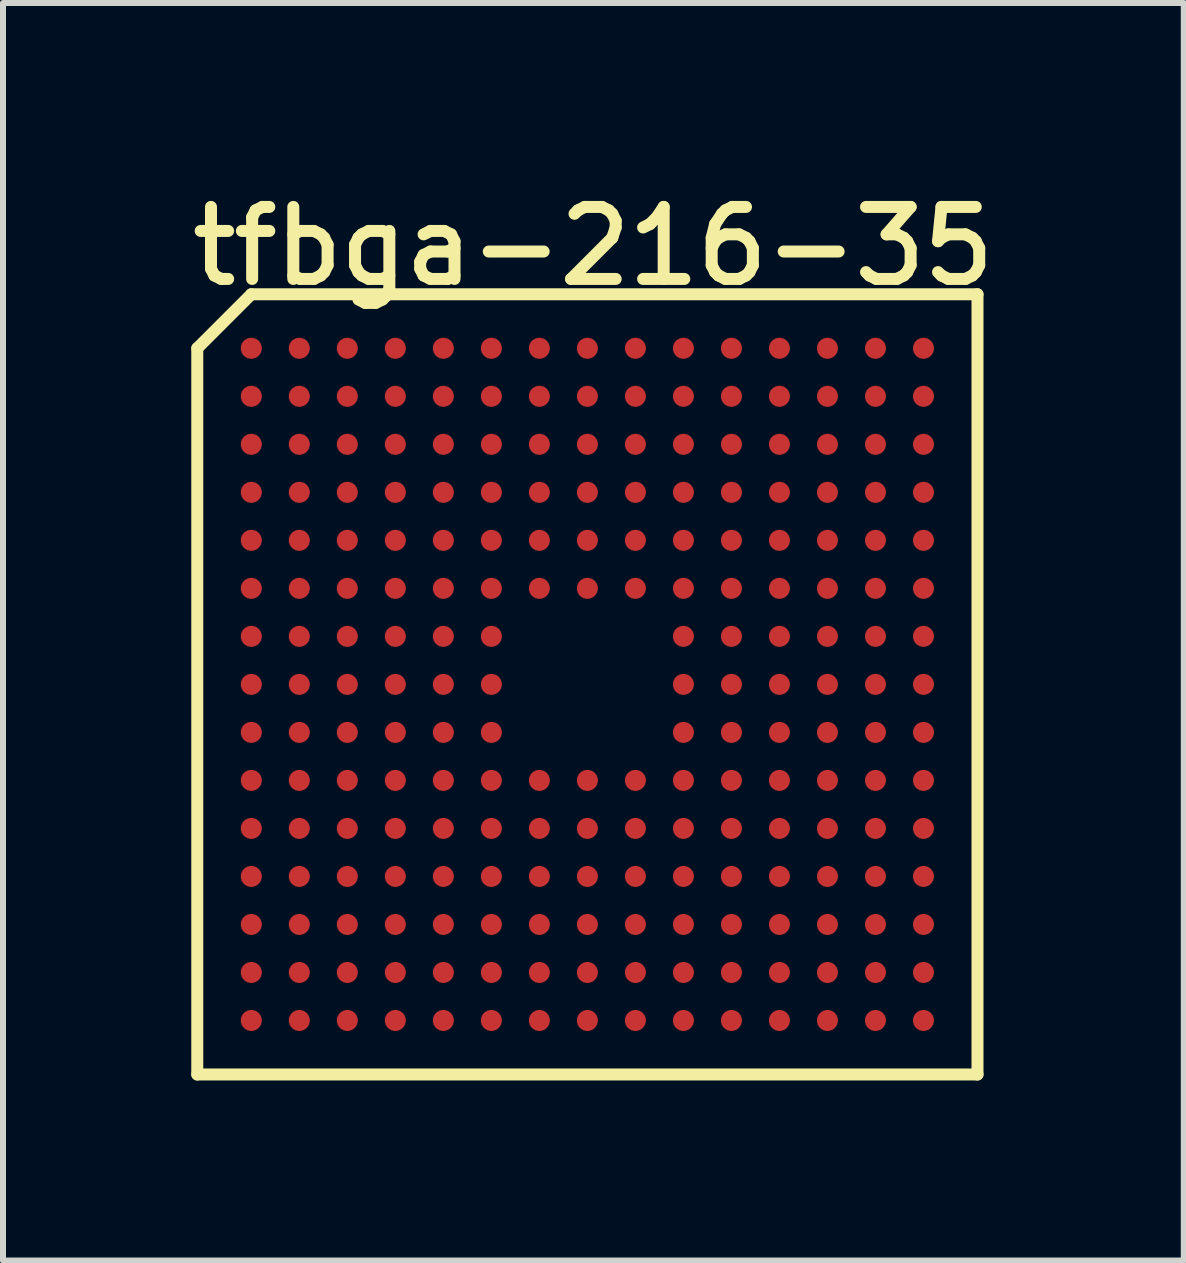
<source format=kicad_pcb>
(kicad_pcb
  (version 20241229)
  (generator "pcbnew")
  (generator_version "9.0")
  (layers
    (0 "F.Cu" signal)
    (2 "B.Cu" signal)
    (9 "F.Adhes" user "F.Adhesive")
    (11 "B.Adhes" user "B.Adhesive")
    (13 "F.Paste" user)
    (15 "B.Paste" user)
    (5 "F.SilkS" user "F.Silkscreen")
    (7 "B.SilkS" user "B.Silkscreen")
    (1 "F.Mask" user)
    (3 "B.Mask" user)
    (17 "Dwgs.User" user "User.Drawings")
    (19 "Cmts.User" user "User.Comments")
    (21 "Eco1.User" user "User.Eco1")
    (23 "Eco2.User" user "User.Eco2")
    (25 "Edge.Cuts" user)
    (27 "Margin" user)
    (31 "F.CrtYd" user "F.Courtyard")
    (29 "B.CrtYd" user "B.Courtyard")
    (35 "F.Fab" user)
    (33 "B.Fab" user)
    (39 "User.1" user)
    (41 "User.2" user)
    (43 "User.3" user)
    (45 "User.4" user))
  (footprint "tfbga-216-35"
    (layer "F.Cu")
    (at 6.737 8.353)
    (property "Reference" "tfbga-216-35" (at 0.1 -7.3 0) (layer "F.SilkS") (effects (font (size 1.2 1.2) (thickness 0.2))))
    (attr through_hole)
    (fp_line (start -6.5 -5.6) (end -6.5 6.5) (stroke (width 0.2) (type solid)) (layer "F.SilkS"))
    (fp_line (start -6.5 6.5) (end 6.5 6.5) (stroke (width 0.2) (type solid)) (layer "F.SilkS"))
    (fp_line (start -5.6 -6.5) (end -6.5 -5.6) (stroke (width 0.2) (type solid)) (layer "F.SilkS"))
    (fp_line (start 6.5 -6.5) (end -5.6 -6.5) (stroke (width 0.2) (type solid)) (layer "F.SilkS"))
    (fp_line (start 6.5 6.5) (end 6.5 -6.5) (stroke (width 0.2) (type solid)) (layer "F.SilkS"))
    (pad "A1" smd circle (at -5.6 -5.6) (size 0.35 0.35) (layers "F.Cu" "F.Mask" "F.Paste"))
    (pad "A2" smd circle (at -4.8 -5.6) (size 0.35 0.35) (layers "F.Cu" "F.Mask" "F.Paste"))
    (pad "A3" smd circle (at -4 -5.6) (size 0.35 0.35) (layers "F.Cu" "F.Mask" "F.Paste"))
    (pad "A4" smd circle (at -3.2 -5.6) (size 0.35 0.35) (layers "F.Cu" "F.Mask" "F.Paste"))
    (pad "A5" smd circle (at -2.4 -5.6) (size 0.35 0.35) (layers "F.Cu" "F.Mask" "F.Paste"))
    (pad "A6" smd circle (at -1.6 -5.6) (size 0.35 0.35) (layers "F.Cu" "F.Mask" "F.Paste"))
    (pad "A7" smd circle (at -0.8 -5.6) (size 0.35 0.35) (layers "F.Cu" "F.Mask" "F.Paste"))
    (pad "A8" smd circle (at 0 -5.6) (size 0.35 0.35) (layers "F.Cu" "F.Mask" "F.Paste"))
    (pad "A9" smd circle (at 0.8 -5.6) (size 0.35 0.35) (layers "F.Cu" "F.Mask" "F.Paste"))
    (pad "A10" smd circle (at 1.6 -5.6) (size 0.35 0.35) (layers "F.Cu" "F.Mask" "F.Paste"))
    (pad "A11" smd circle (at 2.4 -5.6) (size 0.35 0.35) (layers "F.Cu" "F.Mask" "F.Paste"))
    (pad "A12" smd circle (at 3.2 -5.6) (size 0.35 0.35) (layers "F.Cu" "F.Mask" "F.Paste"))
    (pad "A13" smd circle (at 4 -5.6) (size 0.35 0.35) (layers "F.Cu" "F.Mask" "F.Paste"))
    (pad "A14" smd circle (at 4.8 -5.6) (size 0.35 0.35) (layers "F.Cu" "F.Mask" "F.Paste"))
    (pad "A15" smd circle (at 5.6 -5.6) (size 0.35 0.35) (layers "F.Cu" "F.Mask" "F.Paste"))
    (pad "B1" smd circle (at -5.6 -4.8) (size 0.35 0.35) (layers "F.Cu" "F.Mask" "F.Paste"))
    (pad "B2" smd circle (at -4.8 -4.8) (size 0.35 0.35) (layers "F.Cu" "F.Mask" "F.Paste"))
    (pad "B3" smd circle (at -4 -4.8) (size 0.35 0.35) (layers "F.Cu" "F.Mask" "F.Paste"))
    (pad "B4" smd circle (at -3.2 -4.8) (size 0.35 0.35) (layers "F.Cu" "F.Mask" "F.Paste"))
    (pad "B5" smd circle (at -2.4 -4.8) (size 0.35 0.35) (layers "F.Cu" "F.Mask" "F.Paste"))
    (pad "B6" smd circle (at -1.6 -4.8) (size 0.35 0.35) (layers "F.Cu" "F.Mask" "F.Paste"))
    (pad "B7" smd circle (at -0.8 -4.8) (size 0.35 0.35) (layers "F.Cu" "F.Mask" "F.Paste"))
    (pad "B8" smd circle (at 0 -4.8) (size 0.35 0.35) (layers "F.Cu" "F.Mask" "F.Paste"))
    (pad "B9" smd circle (at 0.8 -4.8) (size 0.35 0.35) (layers "F.Cu" "F.Mask" "F.Paste"))
    (pad "B10" smd circle (at 1.6 -4.8) (size 0.35 0.35) (layers "F.Cu" "F.Mask" "F.Paste"))
    (pad "B11" smd circle (at 2.4 -4.8) (size 0.35 0.35) (layers "F.Cu" "F.Mask" "F.Paste"))
    (pad "B12" smd circle (at 3.2 -4.8) (size 0.35 0.35) (layers "F.Cu" "F.Mask" "F.Paste"))
    (pad "B13" smd circle (at 4 -4.8) (size 0.35 0.35) (layers "F.Cu" "F.Mask" "F.Paste"))
    (pad "B14" smd circle (at 4.8 -4.8) (size 0.35 0.35) (layers "F.Cu" "F.Mask" "F.Paste"))
    (pad "B15" smd circle (at 5.6 -4.8) (size 0.35 0.35) (layers "F.Cu" "F.Mask" "F.Paste"))
    (pad "C1" smd circle (at -5.6 -4) (size 0.35 0.35) (layers "F.Cu" "F.Mask" "F.Paste"))
    (pad "C2" smd circle (at -4.8 -4) (size 0.35 0.35) (layers "F.Cu" "F.Mask" "F.Paste"))
    (pad "C3" smd circle (at -4 -4) (size 0.35 0.35) (layers "F.Cu" "F.Mask" "F.Paste"))
    (pad "C4" smd circle (at -3.2 -4) (size 0.35 0.35) (layers "F.Cu" "F.Mask" "F.Paste"))
    (pad "C5" smd circle (at -2.4 -4) (size 0.35 0.35) (layers "F.Cu" "F.Mask" "F.Paste"))
    (pad "C6" smd circle (at -1.6 -4) (size 0.35 0.35) (layers "F.Cu" "F.Mask" "F.Paste"))
    (pad "C7" smd circle (at -0.8 -4) (size 0.35 0.35) (layers "F.Cu" "F.Mask" "F.Paste"))
    (pad "C8" smd circle (at 0 -4) (size 0.35 0.35) (layers "F.Cu" "F.Mask" "F.Paste"))
    (pad "C9" smd circle (at 0.8 -4) (size 0.35 0.35) (layers "F.Cu" "F.Mask" "F.Paste"))
    (pad "C10" smd circle (at 1.6 -4) (size 0.35 0.35) (layers "F.Cu" "F.Mask" "F.Paste"))
    (pad "C11" smd circle (at 2.4 -4) (size 0.35 0.35) (layers "F.Cu" "F.Mask" "F.Paste"))
    (pad "C12" smd circle (at 3.2 -4) (size 0.35 0.35) (layers "F.Cu" "F.Mask" "F.Paste"))
    (pad "C13" smd circle (at 4 -4) (size 0.35 0.35) (layers "F.Cu" "F.Mask" "F.Paste"))
    (pad "C14" smd circle (at 4.8 -4) (size 0.35 0.35) (layers "F.Cu" "F.Mask" "F.Paste"))
    (pad "C15" smd circle (at 5.6 -4) (size 0.35 0.35) (layers "F.Cu" "F.Mask" "F.Paste"))
    (pad "D1" smd circle (at -5.6 -3.2) (size 0.35 0.35) (layers "F.Cu" "F.Mask" "F.Paste"))
    (pad "D2" smd circle (at -4.8 -3.2) (size 0.35 0.35) (layers "F.Cu" "F.Mask" "F.Paste"))
    (pad "D3" smd circle (at -4 -3.2) (size 0.35 0.35) (layers "F.Cu" "F.Mask" "F.Paste"))
    (pad "D4" smd circle (at -3.2 -3.2) (size 0.35 0.35) (layers "F.Cu" "F.Mask" "F.Paste"))
    (pad "D5" smd circle (at -2.4 -3.2) (size 0.35 0.35) (layers "F.Cu" "F.Mask" "F.Paste"))
    (pad "D6" smd circle (at -1.6 -3.2) (size 0.35 0.35) (layers "F.Cu" "F.Mask" "F.Paste"))
    (pad "D7" smd circle (at -0.8 -3.2) (size 0.35 0.35) (layers "F.Cu" "F.Mask" "F.Paste"))
    (pad "D8" smd circle (at 0 -3.2) (size 0.35 0.35) (layers "F.Cu" "F.Mask" "F.Paste"))
    (pad "D9" smd circle (at 0.8 -3.2) (size 0.35 0.35) (layers "F.Cu" "F.Mask" "F.Paste"))
    (pad "D10" smd circle (at 1.6 -3.2) (size 0.35 0.35) (layers "F.Cu" "F.Mask" "F.Paste"))
    (pad "D11" smd circle (at 2.4 -3.2) (size 0.35 0.35) (layers "F.Cu" "F.Mask" "F.Paste"))
    (pad "D12" smd circle (at 3.2 -3.2) (size 0.35 0.35) (layers "F.Cu" "F.Mask" "F.Paste"))
    (pad "D13" smd circle (at 4 -3.2) (size 0.35 0.35) (layers "F.Cu" "F.Mask" "F.Paste"))
    (pad "D14" smd circle (at 4.8 -3.2) (size 0.35 0.35) (layers "F.Cu" "F.Mask" "F.Paste"))
    (pad "D15" smd circle (at 5.6 -3.2) (size 0.35 0.35) (layers "F.Cu" "F.Mask" "F.Paste"))
    (pad "E1" smd circle (at -5.6 -2.4) (size 0.35 0.35) (layers "F.Cu" "F.Mask" "F.Paste"))
    (pad "E2" smd circle (at -4.8 -2.4) (size 0.35 0.35) (layers "F.Cu" "F.Mask" "F.Paste"))
    (pad "E3" smd circle (at -4 -2.4) (size 0.35 0.35) (layers "F.Cu" "F.Mask" "F.Paste"))
    (pad "E4" smd circle (at -3.2 -2.4) (size 0.35 0.35) (layers "F.Cu" "F.Mask" "F.Paste"))
    (pad "E5" smd circle (at -2.4 -2.4) (size 0.35 0.35) (layers "F.Cu" "F.Mask" "F.Paste"))
    (pad "E6" smd circle (at -1.6 -2.4) (size 0.35 0.35) (layers "F.Cu" "F.Mask" "F.Paste"))
    (pad "E7" smd circle (at -0.8 -2.4) (size 0.35 0.35) (layers "F.Cu" "F.Mask" "F.Paste"))
    (pad "E8" smd circle (at 0 -2.4) (size 0.35 0.35) (layers "F.Cu" "F.Mask" "F.Paste"))
    (pad "E9" smd circle (at 0.8 -2.4) (size 0.35 0.35) (layers "F.Cu" "F.Mask" "F.Paste"))
    (pad "E10" smd circle (at 1.6 -2.4) (size 0.35 0.35) (layers "F.Cu" "F.Mask" "F.Paste"))
    (pad "E11" smd circle (at 2.4 -2.4) (size 0.35 0.35) (layers "F.Cu" "F.Mask" "F.Paste"))
    (pad "E12" smd circle (at 3.2 -2.4) (size 0.35 0.35) (layers "F.Cu" "F.Mask" "F.Paste"))
    (pad "E13" smd circle (at 4 -2.4) (size 0.35 0.35) (layers "F.Cu" "F.Mask" "F.Paste"))
    (pad "E14" smd circle (at 4.8 -2.4) (size 0.35 0.35) (layers "F.Cu" "F.Mask" "F.Paste"))
    (pad "E15" smd circle (at 5.6 -2.4) (size 0.35 0.35) (layers "F.Cu" "F.Mask" "F.Paste"))
    (pad "F1" smd circle (at -5.6 -1.6) (size 0.35 0.35) (layers "F.Cu" "F.Mask" "F.Paste"))
    (pad "F2" smd circle (at -4.8 -1.6) (size 0.35 0.35) (layers "F.Cu" "F.Mask" "F.Paste"))
    (pad "F3" smd circle (at -4 -1.6) (size 0.35 0.35) (layers "F.Cu" "F.Mask" "F.Paste"))
    (pad "F4" smd circle (at -3.2 -1.6) (size 0.35 0.35) (layers "F.Cu" "F.Mask" "F.Paste"))
    (pad "F5" smd circle (at -2.4 -1.6) (size 0.35 0.35) (layers "F.Cu" "F.Mask" "F.Paste"))
    (pad "F6" smd circle (at -1.6 -1.6) (size 0.35 0.35) (layers "F.Cu" "F.Mask" "F.Paste"))
    (pad "F7" smd circle (at -0.8 -1.6) (size 0.35 0.35) (layers "F.Cu" "F.Mask" "F.Paste"))
    (pad "F8" smd circle (at 0 -1.6) (size 0.35 0.35) (layers "F.Cu" "F.Mask" "F.Paste"))
    (pad "F9" smd circle (at 0.8 -1.6) (size 0.35 0.35) (layers "F.Cu" "F.Mask" "F.Paste"))
    (pad "F10" smd circle (at 1.6 -1.6) (size 0.35 0.35) (layers "F.Cu" "F.Mask" "F.Paste"))
    (pad "F11" smd circle (at 2.4 -1.6) (size 0.35 0.35) (layers "F.Cu" "F.Mask" "F.Paste"))
    (pad "F12" smd circle (at 3.2 -1.6) (size 0.35 0.35) (layers "F.Cu" "F.Mask" "F.Paste"))
    (pad "F13" smd circle (at 4 -1.6) (size 0.35 0.35) (layers "F.Cu" "F.Mask" "F.Paste"))
    (pad "F14" smd circle (at 4.8 -1.6) (size 0.35 0.35) (layers "F.Cu" "F.Mask" "F.Paste"))
    (pad "F15" smd circle (at 5.6 -1.6) (size 0.35 0.35) (layers "F.Cu" "F.Mask" "F.Paste"))
    (pad "G1" smd circle (at -5.6 -0.8) (size 0.35 0.35) (layers "F.Cu" "F.Mask" "F.Paste"))
    (pad "G2" smd circle (at -4.8 -0.8) (size 0.35 0.35) (layers "F.Cu" "F.Mask" "F.Paste"))
    (pad "G3" smd circle (at -4 -0.8) (size 0.35 0.35) (layers "F.Cu" "F.Mask" "F.Paste"))
    (pad "G4" smd circle (at -3.2 -0.8) (size 0.35 0.35) (layers "F.Cu" "F.Mask" "F.Paste"))
    (pad "G5" smd circle (at -2.4 -0.8) (size 0.35 0.35) (layers "F.Cu" "F.Mask" "F.Paste"))
    (pad "G6" smd circle (at -1.6 -0.8) (size 0.35 0.35) (layers "F.Cu" "F.Mask" "F.Paste"))
    (pad "G10" smd circle (at 1.6 -0.8) (size 0.35 0.35) (layers "F.Cu" "F.Mask" "F.Paste"))
    (pad "G11" smd circle (at 2.4 -0.8) (size 0.35 0.35) (layers "F.Cu" "F.Mask" "F.Paste"))
    (pad "G12" smd circle (at 3.2 -0.8) (size 0.35 0.35) (layers "F.Cu" "F.Mask" "F.Paste"))
    (pad "G13" smd circle (at 4 -0.8) (size 0.35 0.35) (layers "F.Cu" "F.Mask" "F.Paste"))
    (pad "G14" smd circle (at 4.8 -0.8) (size 0.35 0.35) (layers "F.Cu" "F.Mask" "F.Paste"))
    (pad "G15" smd circle (at 5.6 -0.8) (size 0.35 0.35) (layers "F.Cu" "F.Mask" "F.Paste"))
    (pad "H1" smd circle (at -5.6 0) (size 0.35 0.35) (layers "F.Cu" "F.Mask" "F.Paste"))
    (pad "H2" smd circle (at -4.8 0) (size 0.35 0.35) (layers "F.Cu" "F.Mask" "F.Paste"))
    (pad "H3" smd circle (at -4 0) (size 0.35 0.35) (layers "F.Cu" "F.Mask" "F.Paste"))
    (pad "H4" smd circle (at -3.2 0) (size 0.35 0.35) (layers "F.Cu" "F.Mask" "F.Paste"))
    (pad "H5" smd circle (at -2.4 0) (size 0.35 0.35) (layers "F.Cu" "F.Mask" "F.Paste"))
    (pad "H6" smd circle (at -1.6 0) (size 0.35 0.35) (layers "F.Cu" "F.Mask" "F.Paste"))
    (pad "H10" smd circle (at 1.6 0) (size 0.35 0.35) (layers "F.Cu" "F.Mask" "F.Paste"))
    (pad "H11" smd circle (at 2.4 0) (size 0.35 0.35) (layers "F.Cu" "F.Mask" "F.Paste"))
    (pad "H12" smd circle (at 3.2 0) (size 0.35 0.35) (layers "F.Cu" "F.Mask" "F.Paste"))
    (pad "H13" smd circle (at 4 0) (size 0.35 0.35) (layers "F.Cu" "F.Mask" "F.Paste"))
    (pad "H14" smd circle (at 4.8 0) (size 0.35 0.35) (layers "F.Cu" "F.Mask" "F.Paste"))
    (pad "H15" smd circle (at 5.6 0) (size 0.35 0.35) (layers "F.Cu" "F.Mask" "F.Paste"))
    (pad "J1" smd circle (at -5.6 0.8) (size 0.35 0.35) (layers "F.Cu" "F.Mask" "F.Paste"))
    (pad "J2" smd circle (at -4.8 0.8) (size 0.35 0.35) (layers "F.Cu" "F.Mask" "F.Paste"))
    (pad "J3" smd circle (at -4 0.8) (size 0.35 0.35) (layers "F.Cu" "F.Mask" "F.Paste"))
    (pad "J4" smd circle (at -3.2 0.8) (size 0.35 0.35) (layers "F.Cu" "F.Mask" "F.Paste"))
    (pad "J5" smd circle (at -2.4 0.8) (size 0.35 0.35) (layers "F.Cu" "F.Mask" "F.Paste"))
    (pad "J6" smd circle (at -1.6 0.8) (size 0.35 0.35) (layers "F.Cu" "F.Mask" "F.Paste"))
    (pad "J10" smd circle (at 1.6 0.8) (size 0.35 0.35) (layers "F.Cu" "F.Mask" "F.Paste"))
    (pad "J11" smd circle (at 2.4 0.8) (size 0.35 0.35) (layers "F.Cu" "F.Mask" "F.Paste"))
    (pad "J12" smd circle (at 3.2 0.8) (size 0.35 0.35) (layers "F.Cu" "F.Mask" "F.Paste"))
    (pad "J13" smd circle (at 4 0.8) (size 0.35 0.35) (layers "F.Cu" "F.Mask" "F.Paste"))
    (pad "J14" smd circle (at 4.8 0.8) (size 0.35 0.35) (layers "F.Cu" "F.Mask" "F.Paste"))
    (pad "J15" smd circle (at 5.6 0.8) (size 0.35 0.35) (layers "F.Cu" "F.Mask" "F.Paste"))
    (pad "K1" smd circle (at -5.6 1.6) (size 0.35 0.35) (layers "F.Cu" "F.Mask" "F.Paste"))
    (pad "K2" smd circle (at -4.8 1.6) (size 0.35 0.35) (layers "F.Cu" "F.Mask" "F.Paste"))
    (pad "K3" smd circle (at -4 1.6) (size 0.35 0.35) (layers "F.Cu" "F.Mask" "F.Paste"))
    (pad "K4" smd circle (at -3.2 1.6) (size 0.35 0.35) (layers "F.Cu" "F.Mask" "F.Paste"))
    (pad "K5" smd circle (at -2.4 1.6) (size 0.35 0.35) (layers "F.Cu" "F.Mask" "F.Paste"))
    (pad "K6" smd circle (at -1.6 1.6) (size 0.35 0.35) (layers "F.Cu" "F.Mask" "F.Paste"))
    (pad "K7" smd circle (at -0.8 1.6) (size 0.35 0.35) (layers "F.Cu" "F.Mask" "F.Paste"))
    (pad "K8" smd circle (at 0 1.6) (size 0.35 0.35) (layers "F.Cu" "F.Mask" "F.Paste"))
    (pad "K9" smd circle (at 0.8 1.6) (size 0.35 0.35) (layers "F.Cu" "F.Mask" "F.Paste"))
    (pad "K10" smd circle (at 1.6 1.6) (size 0.35 0.35) (layers "F.Cu" "F.Mask" "F.Paste"))
    (pad "K11" smd circle (at 2.4 1.6) (size 0.35 0.35) (layers "F.Cu" "F.Mask" "F.Paste"))
    (pad "K12" smd circle (at 3.2 1.6) (size 0.35 0.35) (layers "F.Cu" "F.Mask" "F.Paste"))
    (pad "K13" smd circle (at 4 1.6) (size 0.35 0.35) (layers "F.Cu" "F.Mask" "F.Paste"))
    (pad "K14" smd circle (at 4.8 1.6) (size 0.35 0.35) (layers "F.Cu" "F.Mask" "F.Paste"))
    (pad "K15" smd circle (at 5.6 1.6) (size 0.35 0.35) (layers "F.Cu" "F.Mask" "F.Paste"))
    (pad "L1" smd circle (at -5.6 2.4) (size 0.35 0.35) (layers "F.Cu" "F.Mask" "F.Paste"))
    (pad "L2" smd circle (at -4.8 2.4) (size 0.35 0.35) (layers "F.Cu" "F.Mask" "F.Paste"))
    (pad "L3" smd circle (at -4 2.4) (size 0.35 0.35) (layers "F.Cu" "F.Mask" "F.Paste"))
    (pad "L4" smd circle (at -3.2 2.4) (size 0.35 0.35) (layers "F.Cu" "F.Mask" "F.Paste"))
    (pad "L5" smd circle (at -2.4 2.4) (size 0.35 0.35) (layers "F.Cu" "F.Mask" "F.Paste"))
    (pad "L6" smd circle (at -1.6 2.4) (size 0.35 0.35) (layers "F.Cu" "F.Mask" "F.Paste"))
    (pad "L7" smd circle (at -0.8 2.4) (size 0.35 0.35) (layers "F.Cu" "F.Mask" "F.Paste"))
    (pad "L8" smd circle (at 0 2.4) (size 0.35 0.35) (layers "F.Cu" "F.Mask" "F.Paste"))
    (pad "L9" smd circle (at 0.8 2.4) (size 0.35 0.35) (layers "F.Cu" "F.Mask" "F.Paste"))
    (pad "L10" smd circle (at 1.6 2.4) (size 0.35 0.35) (layers "F.Cu" "F.Mask" "F.Paste"))
    (pad "L11" smd circle (at 2.4 2.4) (size 0.35 0.35) (layers "F.Cu" "F.Mask" "F.Paste"))
    (pad "L12" smd circle (at 3.2 2.4) (size 0.35 0.35) (layers "F.Cu" "F.Mask" "F.Paste"))
    (pad "L13" smd circle (at 4 2.4) (size 0.35 0.35) (layers "F.Cu" "F.Mask" "F.Paste"))
    (pad "L14" smd circle (at 4.8 2.4) (size 0.35 0.35) (layers "F.Cu" "F.Mask" "F.Paste"))
    (pad "L15" smd circle (at 5.6 2.4) (size 0.35 0.35) (layers "F.Cu" "F.Mask" "F.Paste"))
    (pad "M1" smd circle (at -5.6 3.2) (size 0.35 0.35) (layers "F.Cu" "F.Mask" "F.Paste"))
    (pad "M2" smd circle (at -4.8 3.2) (size 0.35 0.35) (layers "F.Cu" "F.Mask" "F.Paste"))
    (pad "M3" smd circle (at -4 3.2) (size 0.35 0.35) (layers "F.Cu" "F.Mask" "F.Paste"))
    (pad "M4" smd circle (at -3.2 3.2) (size 0.35 0.35) (layers "F.Cu" "F.Mask" "F.Paste"))
    (pad "M5" smd circle (at -2.4 3.2) (size 0.35 0.35) (layers "F.Cu" "F.Mask" "F.Paste"))
    (pad "M6" smd circle (at -1.6 3.2) (size 0.35 0.35) (layers "F.Cu" "F.Mask" "F.Paste"))
    (pad "M7" smd circle (at -0.8 3.2) (size 0.35 0.35) (layers "F.Cu" "F.Mask" "F.Paste"))
    (pad "M8" smd circle (at 0 3.2) (size 0.35 0.35) (layers "F.Cu" "F.Mask" "F.Paste"))
    (pad "M9" smd circle (at 0.8 3.2) (size 0.35 0.35) (layers "F.Cu" "F.Mask" "F.Paste"))
    (pad "M10" smd circle (at 1.6 3.2) (size 0.35 0.35) (layers "F.Cu" "F.Mask" "F.Paste"))
    (pad "M11" smd circle (at 2.4 3.2) (size 0.35 0.35) (layers "F.Cu" "F.Mask" "F.Paste"))
    (pad "M12" smd circle (at 3.2 3.2) (size 0.35 0.35) (layers "F.Cu" "F.Mask" "F.Paste"))
    (pad "M13" smd circle (at 4 3.2) (size 0.35 0.35) (layers "F.Cu" "F.Mask" "F.Paste"))
    (pad "M14" smd circle (at 4.8 3.2) (size 0.35 0.35) (layers "F.Cu" "F.Mask" "F.Paste"))
    (pad "M15" smd circle (at 5.6 3.2) (size 0.35 0.35) (layers "F.Cu" "F.Mask" "F.Paste"))
    (pad "N1" smd circle (at -5.6 4) (size 0.35 0.35) (layers "F.Cu" "F.Mask" "F.Paste"))
    (pad "N2" smd circle (at -4.8 4) (size 0.35 0.35) (layers "F.Cu" "F.Mask" "F.Paste"))
    (pad "N3" smd circle (at -4 4) (size 0.35 0.35) (layers "F.Cu" "F.Mask" "F.Paste"))
    (pad "N4" smd circle (at -3.2 4) (size 0.35 0.35) (layers "F.Cu" "F.Mask" "F.Paste"))
    (pad "N5" smd circle (at -2.4 4) (size 0.35 0.35) (layers "F.Cu" "F.Mask" "F.Paste"))
    (pad "N6" smd circle (at -1.6 4) (size 0.35 0.35) (layers "F.Cu" "F.Mask" "F.Paste"))
    (pad "N7" smd circle (at -0.8 4) (size 0.35 0.35) (layers "F.Cu" "F.Mask" "F.Paste"))
    (pad "N8" smd circle (at 0 4) (size 0.35 0.35) (layers "F.Cu" "F.Mask" "F.Paste"))
    (pad "N9" smd circle (at 0.8 4) (size 0.35 0.35) (layers "F.Cu" "F.Mask" "F.Paste"))
    (pad "N10" smd circle (at 1.6 4) (size 0.35 0.35) (layers "F.Cu" "F.Mask" "F.Paste"))
    (pad "N11" smd circle (at 2.4 4) (size 0.35 0.35) (layers "F.Cu" "F.Mask" "F.Paste"))
    (pad "N12" smd circle (at 3.2 4) (size 0.35 0.35) (layers "F.Cu" "F.Mask" "F.Paste"))
    (pad "N13" smd circle (at 4 4) (size 0.35 0.35) (layers "F.Cu" "F.Mask" "F.Paste"))
    (pad "N14" smd circle (at 4.8 4) (size 0.35 0.35) (layers "F.Cu" "F.Mask" "F.Paste"))
    (pad "N15" smd circle (at 5.6 4) (size 0.35 0.35) (layers "F.Cu" "F.Mask" "F.Paste"))
    (pad "P1" smd circle (at -5.6 4.8) (size 0.35 0.35) (layers "F.Cu" "F.Mask" "F.Paste"))
    (pad "P2" smd circle (at -4.8 4.8) (size 0.35 0.35) (layers "F.Cu" "F.Mask" "F.Paste"))
    (pad "P3" smd circle (at -4 4.8) (size 0.35 0.35) (layers "F.Cu" "F.Mask" "F.Paste"))
    (pad "P4" smd circle (at -3.2 4.8) (size 0.35 0.35) (layers "F.Cu" "F.Mask" "F.Paste"))
    (pad "P5" smd circle (at -2.4 4.8) (size 0.35 0.35) (layers "F.Cu" "F.Mask" "F.Paste"))
    (pad "P6" smd circle (at -1.6 4.8) (size 0.35 0.35) (layers "F.Cu" "F.Mask" "F.Paste"))
    (pad "P7" smd circle (at -0.8 4.8) (size 0.35 0.35) (layers "F.Cu" "F.Mask" "F.Paste"))
    (pad "P8" smd circle (at 0 4.8) (size 0.35 0.35) (layers "F.Cu" "F.Mask" "F.Paste"))
    (pad "P9" smd circle (at 0.8 4.8) (size 0.35 0.35) (layers "F.Cu" "F.Mask" "F.Paste"))
    (pad "P10" smd circle (at 1.6 4.8) (size 0.35 0.35) (layers "F.Cu" "F.Mask" "F.Paste"))
    (pad "P11" smd circle (at 2.4 4.8) (size 0.35 0.35) (layers "F.Cu" "F.Mask" "F.Paste"))
    (pad "P12" smd circle (at 3.2 4.8) (size 0.35 0.35) (layers "F.Cu" "F.Mask" "F.Paste"))
    (pad "P13" smd circle (at 4 4.8) (size 0.35 0.35) (layers "F.Cu" "F.Mask" "F.Paste"))
    (pad "P14" smd circle (at 4.8 4.8) (size 0.35 0.35) (layers "F.Cu" "F.Mask" "F.Paste"))
    (pad "P15" smd circle (at 5.6 4.8) (size 0.35 0.35) (layers "F.Cu" "F.Mask" "F.Paste"))
    (pad "R1" smd circle (at -5.6 5.6) (size 0.35 0.35) (layers "F.Cu" "F.Mask" "F.Paste"))
    (pad "R2" smd circle (at -4.8 5.6) (size 0.35 0.35) (layers "F.Cu" "F.Mask" "F.Paste"))
    (pad "R3" smd circle (at -4 5.6) (size 0.35 0.35) (layers "F.Cu" "F.Mask" "F.Paste"))
    (pad "R4" smd circle (at -3.2 5.6) (size 0.35 0.35) (layers "F.Cu" "F.Mask" "F.Paste"))
    (pad "R5" smd circle (at -2.4 5.6) (size 0.35 0.35) (layers "F.Cu" "F.Mask" "F.Paste"))
    (pad "R6" smd circle (at -1.6 5.6) (size 0.35 0.35) (layers "F.Cu" "F.Mask" "F.Paste"))
    (pad "R7" smd circle (at -0.8 5.6) (size 0.35 0.35) (layers "F.Cu" "F.Mask" "F.Paste"))
    (pad "R8" smd circle (at 0 5.6) (size 0.35 0.35) (layers "F.Cu" "F.Mask" "F.Paste"))
    (pad "R9" smd circle (at 0.8 5.6) (size 0.35 0.35) (layers "F.Cu" "F.Mask" "F.Paste"))
    (pad "R10" smd circle (at 1.6 5.6) (size 0.35 0.35) (layers "F.Cu" "F.Mask" "F.Paste"))
    (pad "R11" smd circle (at 2.4 5.6) (size 0.35 0.35) (layers "F.Cu" "F.Mask" "F.Paste"))
    (pad "R12" smd circle (at 3.2 5.6) (size 0.35 0.35) (layers "F.Cu" "F.Mask" "F.Paste"))
    (pad "R13" smd circle (at 4 5.6) (size 0.35 0.35) (layers "F.Cu" "F.Mask" "F.Paste"))
    (pad "R14" smd circle (at 4.8 5.6) (size 0.35 0.35) (layers "F.Cu" "F.Mask" "F.Paste"))
    (pad "R15" smd circle (at 5.6 5.6) (size 0.35 0.35) (layers "F.Cu" "F.Mask" "F.Paste")))
  (gr_rect
    (start -3 -3)
    (end 16.674 17.953)
    (stroke (width 0.1) (type default))
    (fill no)
    (layer "Edge.Cuts")))
</source>
